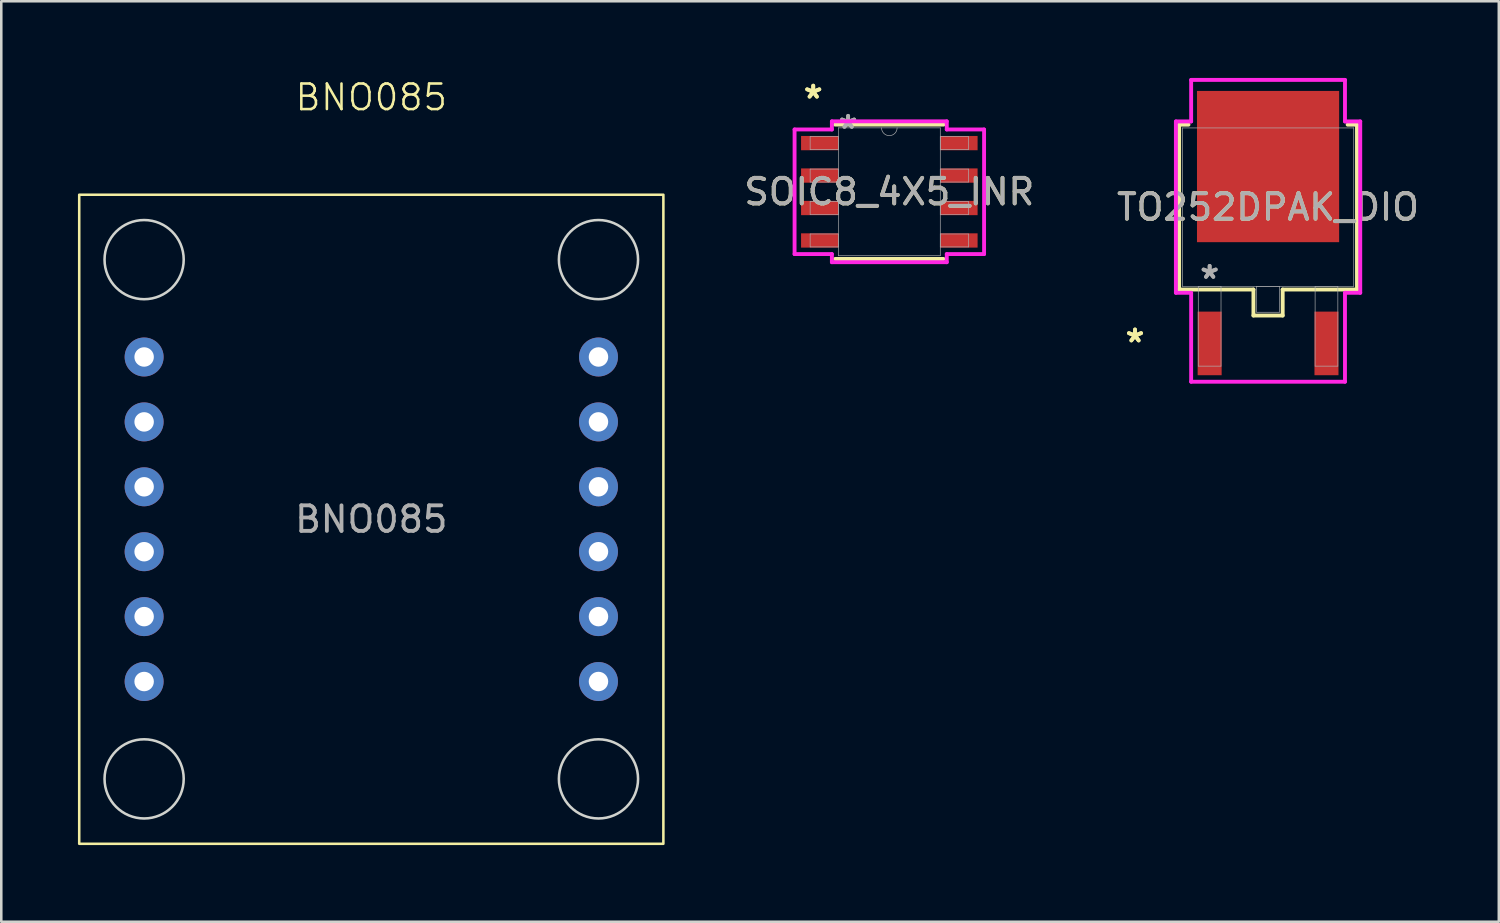
<source format=kicad_pcb>
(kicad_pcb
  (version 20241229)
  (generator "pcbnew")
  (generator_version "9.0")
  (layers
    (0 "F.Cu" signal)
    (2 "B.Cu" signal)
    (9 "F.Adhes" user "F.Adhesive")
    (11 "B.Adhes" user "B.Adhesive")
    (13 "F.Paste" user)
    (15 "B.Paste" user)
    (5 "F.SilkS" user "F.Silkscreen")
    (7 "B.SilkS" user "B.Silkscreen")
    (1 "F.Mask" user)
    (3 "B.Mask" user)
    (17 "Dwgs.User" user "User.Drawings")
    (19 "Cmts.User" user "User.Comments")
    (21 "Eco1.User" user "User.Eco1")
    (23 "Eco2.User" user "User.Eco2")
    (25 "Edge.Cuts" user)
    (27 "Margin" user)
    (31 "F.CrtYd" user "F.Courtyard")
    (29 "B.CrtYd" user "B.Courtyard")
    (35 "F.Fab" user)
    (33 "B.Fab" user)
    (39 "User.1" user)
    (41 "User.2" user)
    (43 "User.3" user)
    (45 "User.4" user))
  (footprint "BNO085"
    (layer "F.Cu")
    (at 11.48 17.27)
    (property "Reference" "BNO085" (at 0 -16.51 0) (unlocked yes) (layer "F.SilkS") (effects (font (size 1 1) (thickness 0.1))))
    (attr through_hole)
    (fp_rect (start -11.43 -12.7) (end 11.43 12.7) (stroke (width 0.1) (type default)) (fill no) (layer "F.SilkS"))
    (fp_circle (center -8.89 -10.16) (end -7.341 -10.16) (stroke (width 0.1) (type default)) (fill no) (layer "Edge.Cuts"))
    (fp_circle (center -8.89 10.16) (end -7.341 10.16) (stroke (width 0.1) (type default)) (fill no) (layer "Edge.Cuts"))
    (fp_circle (center 8.89 -10.16) (end 10.439 -10.16) (stroke (width 0.1) (type default)) (fill no) (layer "Edge.Cuts"))
    (fp_circle (center 8.89 10.16) (end 10.439 10.16) (stroke (width 0.1) (type default)) (fill no) (layer "Edge.Cuts"))
    (fp_text user "${REFERENCE}" (at 0 0 0) (unlocked yes) (layer "F.Fab") (effects (font (size 1 1) (thickness 0.15))))
    (pad "1" thru_hole circle (at -8.89 -6.35) (size 1.524 1.524) (drill 0.762) (layers "*.Cu" "*.Mask"))
    (pad "2" thru_hole circle (at -8.89 -3.81) (size 1.524 1.524) (drill 0.762) (layers "*.Cu" "*.Mask"))
    (pad "3" thru_hole circle (at -8.89 -1.27) (size 1.524 1.524) (drill 0.762) (layers "*.Cu" "*.Mask"))
    (pad "4" thru_hole circle (at -8.89 1.27) (size 1.524 1.524) (drill 0.762) (layers "*.Cu" "*.Mask"))
    (pad "5" thru_hole circle (at -8.89 3.81) (size 1.524 1.524) (drill 0.762) (layers "*.Cu" "*.Mask"))
    (pad "6" thru_hole circle (at -8.89 6.35) (size 1.524 1.524) (drill 0.762) (layers "*.Cu" "*.Mask"))
    (pad "7" thru_hole circle (at 8.89 6.35) (size 1.524 1.524) (drill 0.762) (layers "*.Cu" "*.Mask"))
    (pad "8" thru_hole circle (at 8.89 3.81) (size 1.524 1.524) (drill 0.762) (layers "*.Cu" "*.Mask"))
    (pad "9" thru_hole circle (at 8.89 1.27) (size 1.524 1.524) (drill 0.762) (layers "*.Cu" "*.Mask"))
    (pad "10" thru_hole circle (at 8.89 -1.27) (size 1.524 1.524) (drill 0.762) (layers "*.Cu" "*.Mask"))
    (pad "11" thru_hole circle (at 8.89 -3.81) (size 1.524 1.524) (drill 0.762) (layers "*.Cu" "*.Mask"))
    (pad "12" thru_hole circle (at 8.89 -6.35) (size 1.524 1.524) (drill 0.762) (layers "*.Cu" "*.Mask")))
  (footprint "SOIC8_4X5_INR"
    (layer "F.Cu")
    (at 31.752 4.455)
    (property "Reference" "SOIC8_4X5_INR" (at 0 0 0) (unlocked yes) (layer "F.SilkS") (effects (font (size 1 1) (thickness 0.15))))
    (attr smd)
    (fp_line (start -2.121 2.629) (end 2.121 2.629) (stroke (width 0.152) (type solid)) (layer "F.SilkS"))
    (fp_line (start 2.121 -2.629) (end -2.121 -2.629) (stroke (width 0.152) (type solid)) (layer "F.SilkS"))
    (fp_line (start -3.708 -2.438) (end -2.248 -2.438) (stroke (width 0.152) (type solid)) (layer "F.CrtYd"))
    (fp_line (start -3.708 2.438) (end -3.708 -2.438) (stroke (width 0.152) (type solid)) (layer "F.CrtYd"))
    (fp_line (start -3.708 2.438) (end -2.248 2.438) (stroke (width 0.152) (type solid)) (layer "F.CrtYd"))
    (fp_line (start -2.248 -2.756) (end 2.248 -2.756) (stroke (width 0.152) (type solid)) (layer "F.CrtYd"))
    (fp_line (start -2.248 -2.438) (end -2.248 -2.756) (stroke (width 0.152) (type solid)) (layer "F.CrtYd"))
    (fp_line (start -2.248 2.756) (end -2.248 2.438) (stroke (width 0.152) (type solid)) (layer "F.CrtYd"))
    (fp_line (start 2.248 -2.756) (end 2.248 -2.438) (stroke (width 0.152) (type solid)) (layer "F.CrtYd"))
    (fp_line (start 2.248 2.438) (end 2.248 2.756) (stroke (width 0.152) (type solid)) (layer "F.CrtYd"))
    (fp_line (start 2.248 2.756) (end -2.248 2.756) (stroke (width 0.152) (type solid)) (layer "F.CrtYd"))
    (fp_line (start 3.708 -2.438) (end 2.248 -2.438) (stroke (width 0.152) (type solid)) (layer "F.CrtYd"))
    (fp_line (start 3.708 -2.438) (end 3.708 2.438) (stroke (width 0.152) (type solid)) (layer "F.CrtYd"))
    (fp_line (start 3.708 2.438) (end 2.248 2.438) (stroke (width 0.152) (type solid)) (layer "F.CrtYd"))
    (fp_line (start -3.099 -2.159) (end -3.099 -1.651) (stroke (width 0.025) (type solid)) (layer "F.Fab"))
    (fp_line (start -3.099 -1.651) (end -1.994 -1.651) (stroke (width 0.025) (type solid)) (layer "F.Fab"))
    (fp_line (start -3.099 -0.889) (end -3.099 -0.381) (stroke (width 0.025) (type solid)) (layer "F.Fab"))
    (fp_line (start -3.099 -0.381) (end -1.994 -0.381) (stroke (width 0.025) (type solid)) (layer "F.Fab"))
    (fp_line (start -3.099 0.381) (end -3.099 0.889) (stroke (width 0.025) (type solid)) (layer "F.Fab"))
    (fp_line (start -3.099 0.889) (end -1.994 0.889) (stroke (width 0.025) (type solid)) (layer "F.Fab"))
    (fp_line (start -3.099 1.651) (end -3.099 2.159) (stroke (width 0.025) (type solid)) (layer "F.Fab"))
    (fp_line (start -3.099 2.159) (end -1.994 2.159) (stroke (width 0.025) (type solid)) (layer "F.Fab"))
    (fp_line (start -1.994 -2.502) (end -1.994 2.502) (stroke (width 0.025) (type solid)) (layer "F.Fab"))
    (fp_line (start -1.994 -2.159) (end -3.099 -2.159) (stroke (width 0.025) (type solid)) (layer "F.Fab"))
    (fp_line (start -1.994 -1.651) (end -1.994 -2.159) (stroke (width 0.025) (type solid)) (layer "F.Fab"))
    (fp_line (start -1.994 -0.889) (end -3.099 -0.889) (stroke (width 0.025) (type solid)) (layer "F.Fab"))
    (fp_line (start -1.994 -0.381) (end -1.994 -0.889) (stroke (width 0.025) (type solid)) (layer "F.Fab"))
    (fp_line (start -1.994 0.381) (end -3.099 0.381) (stroke (width 0.025) (type solid)) (layer "F.Fab"))
    (fp_line (start -1.994 0.889) (end -1.994 0.381) (stroke (width 0.025) (type solid)) (layer "F.Fab"))
    (fp_line (start -1.994 1.651) (end -3.099 1.651) (stroke (width 0.025) (type solid)) (layer "F.Fab"))
    (fp_line (start -1.994 2.159) (end -1.994 1.651) (stroke (width 0.025) (type solid)) (layer "F.Fab"))
    (fp_line (start -1.994 2.502) (end 1.994 2.502) (stroke (width 0.025) (type solid)) (layer "F.Fab"))
    (fp_line (start 1.994 -2.502) (end -1.994 -2.502) (stroke (width 0.025) (type solid)) (layer "F.Fab"))
    (fp_line (start 1.994 -2.159) (end 1.994 -1.651) (stroke (width 0.025) (type solid)) (layer "F.Fab"))
    (fp_line (start 1.994 -1.651) (end 3.099 -1.651) (stroke (width 0.025) (type solid)) (layer "F.Fab"))
    (fp_line (start 1.994 -0.889) (end 1.994 -0.381) (stroke (width 0.025) (type solid)) (layer "F.Fab"))
    (fp_line (start 1.994 -0.381) (end 3.099 -0.381) (stroke (width 0.025) (type solid)) (layer "F.Fab"))
    (fp_line (start 1.994 0.381) (end 1.994 0.889) (stroke (width 0.025) (type solid)) (layer "F.Fab"))
    (fp_line (start 1.994 0.889) (end 3.099 0.889) (stroke (width 0.025) (type solid)) (layer "F.Fab"))
    (fp_line (start 1.994 1.651) (end 1.994 2.159) (stroke (width 0.025) (type solid)) (layer "F.Fab"))
    (fp_line (start 1.994 2.159) (end 3.099 2.159) (stroke (width 0.025) (type solid)) (layer "F.Fab"))
    (fp_line (start 1.994 2.502) (end 1.994 -2.502) (stroke (width 0.025) (type solid)) (layer "F.Fab"))
    (fp_line (start 3.099 -2.159) (end 1.994 -2.159) (stroke (width 0.025) (type solid)) (layer "F.Fab"))
    (fp_line (start 3.099 -1.651) (end 3.099 -2.159) (stroke (width 0.025) (type solid)) (layer "F.Fab"))
    (fp_line (start 3.099 -0.889) (end 1.994 -0.889) (stroke (width 0.025) (type solid)) (layer "F.Fab"))
    (fp_line (start 3.099 -0.381) (end 3.099 -0.889) (stroke (width 0.025) (type solid)) (layer "F.Fab"))
    (fp_line (start 3.099 0.381) (end 1.994 0.381) (stroke (width 0.025) (type solid)) (layer "F.Fab"))
    (fp_line (start 3.099 0.889) (end 3.099 0.381) (stroke (width 0.025) (type solid)) (layer "F.Fab"))
    (fp_line (start 3.099 1.651) (end 1.994 1.651) (stroke (width 0.025) (type solid)) (layer "F.Fab"))
    (fp_line (start 3.099 2.159) (end 3.099 1.651) (stroke (width 0.025) (type solid)) (layer "F.Fab"))
    (fp_arc (start 0.3048 -2.5019) (mid 0 -2.1971) (end -0.3048 -2.5019) (stroke (width 0.0254) (type solid)) (layer "F.Fab"))
    (fp_text user "*" (at -2.978 -3.607 0) (unlocked yes) (layer "F.SilkS") (effects (font (size 1 1) (thickness 0.15))))
    (fp_text user "*" (at -2.978 -3.607 0) (layer "F.SilkS") (effects (font (size 1 1) (thickness 0.15))))
    (fp_text user "*" (at -1.613 -2.426 0) (layer "F.Fab") (effects (font (size 1 1) (thickness 0.15))))
    (fp_text user "${REFERENCE}" (at 0 0 0) (unlocked yes) (layer "F.Fab") (effects (font (size 1 1) (thickness 0.15))))
    (fp_text user "*" (at -1.613 -2.426 0) (unlocked yes) (layer "F.Fab") (effects (font (size 1 1) (thickness 0.15))))
    (pad "1" smd rect (at -2.724 -1.905) (size 1.46 0.559) (layers "F.Cu" "F.Mask" "F.Paste"))
    (pad "2" smd rect (at -2.724 -0.635) (size 1.46 0.559) (layers "F.Cu" "F.Mask" "F.Paste"))
    (pad "3" smd rect (at -2.724 0.635) (size 1.46 0.559) (layers "F.Cu" "F.Mask" "F.Paste"))
    (pad "4" smd rect (at -2.724 1.905) (size 1.46 0.559) (layers "F.Cu" "F.Mask" "F.Paste"))
    (pad "5" smd rect (at 2.724 1.905) (size 1.46 0.559) (layers "F.Cu" "F.Mask" "F.Paste"))
    (pad "6" smd rect (at 2.724 0.635) (size 1.46 0.559) (layers "F.Cu" "F.Mask" "F.Paste"))
    (pad "7" smd rect (at 2.724 -0.635) (size 1.46 0.559) (layers "F.Cu" "F.Mask" "F.Paste"))
    (pad "8" smd rect (at 2.724 -1.905) (size 1.46 0.559) (layers "F.Cu" "F.Mask" "F.Paste")))
  (footprint "TO252DPAK_DIO"
    (layer "F.Cu")
    (at 46.573 5.055)
    (property "Reference" "TO252DPAK_DIO" (at 0 0 0) (unlocked yes) (layer "F.SilkS") (effects (font (size 1 1) (thickness 0.15))))
    (attr smd)
    (fp_line (start -3.48 -3.226) (end -3.48 3.226) (stroke (width 0.152) (type solid)) (layer "F.SilkS"))
    (fp_line (start -3.48 3.226) (end -0.572 3.226) (stroke (width 0.152) (type solid)) (layer "F.SilkS"))
    (fp_line (start -3.114 -3.226) (end -3.48 -3.226) (stroke (width 0.152) (type solid)) (layer "F.SilkS"))
    (fp_line (start -0.572 3.226) (end -0.572 4.242) (stroke (width 0.152) (type solid)) (layer "F.SilkS"))
    (fp_line (start -0.572 4.242) (end 0.572 4.242) (stroke (width 0.152) (type solid)) (layer "F.SilkS"))
    (fp_line (start 0.572 3.226) (end 3.48 3.226) (stroke (width 0.152) (type solid)) (layer "F.SilkS"))
    (fp_line (start 0.572 4.242) (end 0.572 3.226) (stroke (width 0.152) (type solid)) (layer "F.SilkS"))
    (fp_line (start 3.48 -3.226) (end 3.114 -3.226) (stroke (width 0.152) (type solid)) (layer "F.SilkS"))
    (fp_line (start 3.48 3.226) (end 3.48 -3.226) (stroke (width 0.152) (type solid)) (layer "F.SilkS"))
    (fp_line (start -3.607 -3.353) (end -3.01 -3.353) (stroke (width 0.152) (type solid)) (layer "F.CrtYd"))
    (fp_line (start -3.607 3.353) (end -3.607 -3.353) (stroke (width 0.152) (type solid)) (layer "F.CrtYd"))
    (fp_line (start -3.01 -4.978) (end 3.01 -4.978) (stroke (width 0.152) (type solid)) (layer "F.CrtYd"))
    (fp_line (start -3.01 -3.353) (end -3.01 -4.978) (stroke (width 0.152) (type solid)) (layer "F.CrtYd"))
    (fp_line (start -3.01 3.353) (end -3.607 3.353) (stroke (width 0.152) (type solid)) (layer "F.CrtYd"))
    (fp_line (start -3.01 6.833) (end -3.01 3.353) (stroke (width 0.152) (type solid)) (layer "F.CrtYd"))
    (fp_line (start 3.01 -4.978) (end 3.01 -3.353) (stroke (width 0.152) (type solid)) (layer "F.CrtYd"))
    (fp_line (start 3.01 -3.353) (end 3.607 -3.353) (stroke (width 0.152) (type solid)) (layer "F.CrtYd"))
    (fp_line (start 3.01 3.353) (end 3.01 6.833) (stroke (width 0.152) (type solid)) (layer "F.CrtYd"))
    (fp_line (start 3.01 6.833) (end -3.01 6.833) (stroke (width 0.152) (type solid)) (layer "F.CrtYd"))
    (fp_line (start 3.607 -3.353) (end 3.607 3.353) (stroke (width 0.152) (type solid)) (layer "F.CrtYd"))
    (fp_line (start 3.607 3.353) (end 3.01 3.353) (stroke (width 0.152) (type solid)) (layer "F.CrtYd"))
    (fp_line (start -3.353 -3.099) (end -3.353 3.099) (stroke (width 0.025) (type solid)) (layer "F.Fab"))
    (fp_line (start -3.353 3.099) (end 3.353 3.099) (stroke (width 0.025) (type solid)) (layer "F.Fab"))
    (fp_line (start -2.731 3.099) (end -2.731 6.223) (stroke (width 0.025) (type solid)) (layer "F.Fab"))
    (fp_line (start -2.731 6.223) (end -1.841 6.223) (stroke (width 0.025) (type solid)) (layer "F.Fab"))
    (fp_line (start -1.841 3.099) (end -2.731 3.099) (stroke (width 0.025) (type solid)) (layer "F.Fab"))
    (fp_line (start -1.841 6.223) (end -1.841 3.099) (stroke (width 0.025) (type solid)) (layer "F.Fab"))
    (fp_line (start -0.445 3.099) (end -0.445 4.115) (stroke (width 0.025) (type solid)) (layer "F.Fab"))
    (fp_line (start -0.445 4.115) (end 0.445 4.115) (stroke (width 0.025) (type solid)) (layer "F.Fab"))
    (fp_line (start 0.445 3.099) (end -0.445 3.099) (stroke (width 0.025) (type solid)) (layer "F.Fab"))
    (fp_line (start 0.445 4.115) (end 0.445 3.099) (stroke (width 0.025) (type solid)) (layer "F.Fab"))
    (fp_line (start 1.841 3.099) (end 1.841 6.223) (stroke (width 0.025) (type solid)) (layer "F.Fab"))
    (fp_line (start 1.841 6.223) (end 2.731 6.223) (stroke (width 0.025) (type solid)) (layer "F.Fab"))
    (fp_line (start 2.731 3.099) (end 1.841 3.099) (stroke (width 0.025) (type solid)) (layer "F.Fab"))
    (fp_line (start 2.731 6.223) (end 2.731 3.099) (stroke (width 0.025) (type solid)) (layer "F.Fab"))
    (fp_line (start 3.353 -3.099) (end -3.353 -3.099) (stroke (width 0.025) (type solid)) (layer "F.Fab"))
    (fp_line (start 3.353 3.099) (end 3.353 -3.099) (stroke (width 0.025) (type solid)) (layer "F.Fab"))
    (fp_text user "*" (at -5.207 5.334 0) (unlocked yes) (layer "F.SilkS") (effects (font (size 1 1) (thickness 0.15))))
    (fp_text user "*" (at -5.207 5.334 0) (layer "F.SilkS") (effects (font (size 1 1) (thickness 0.15))))
    (fp_text user "*" (at -2.286 2.845 0) (unlocked yes) (layer "F.Fab") (effects (font (size 1 1) (thickness 0.15))))
    (fp_text user "*" (at -2.286 2.845 0) (layer "F.Fab") (effects (font (size 1 1) (thickness 0.15))))
    (fp_text user "${REFERENCE}" (at 0 0 0) (unlocked yes) (layer "F.Fab") (effects (font (size 1 1) (thickness 0.15))))
    (pad "1" smd rect (at -2.286 5.334) (size 0.94 2.489) (layers "F.Cu" "F.Mask" "F.Paste"))
    (pad "2" smd rect (at 0 -1.587) (size 5.563 5.918) (layers "F.Cu" "F.Mask" "F.Paste"))
    (pad "3" smd rect (at 2.286 5.334) (size 0.94 2.489) (layers "F.Cu" "F.Mask" "F.Paste")))
  (gr_rect
    (start -3 -3)
    (end 55.603 33.02)
    (stroke (width 0.1) (type default))
    (fill no)
    (layer "Edge.Cuts")))
</source>
